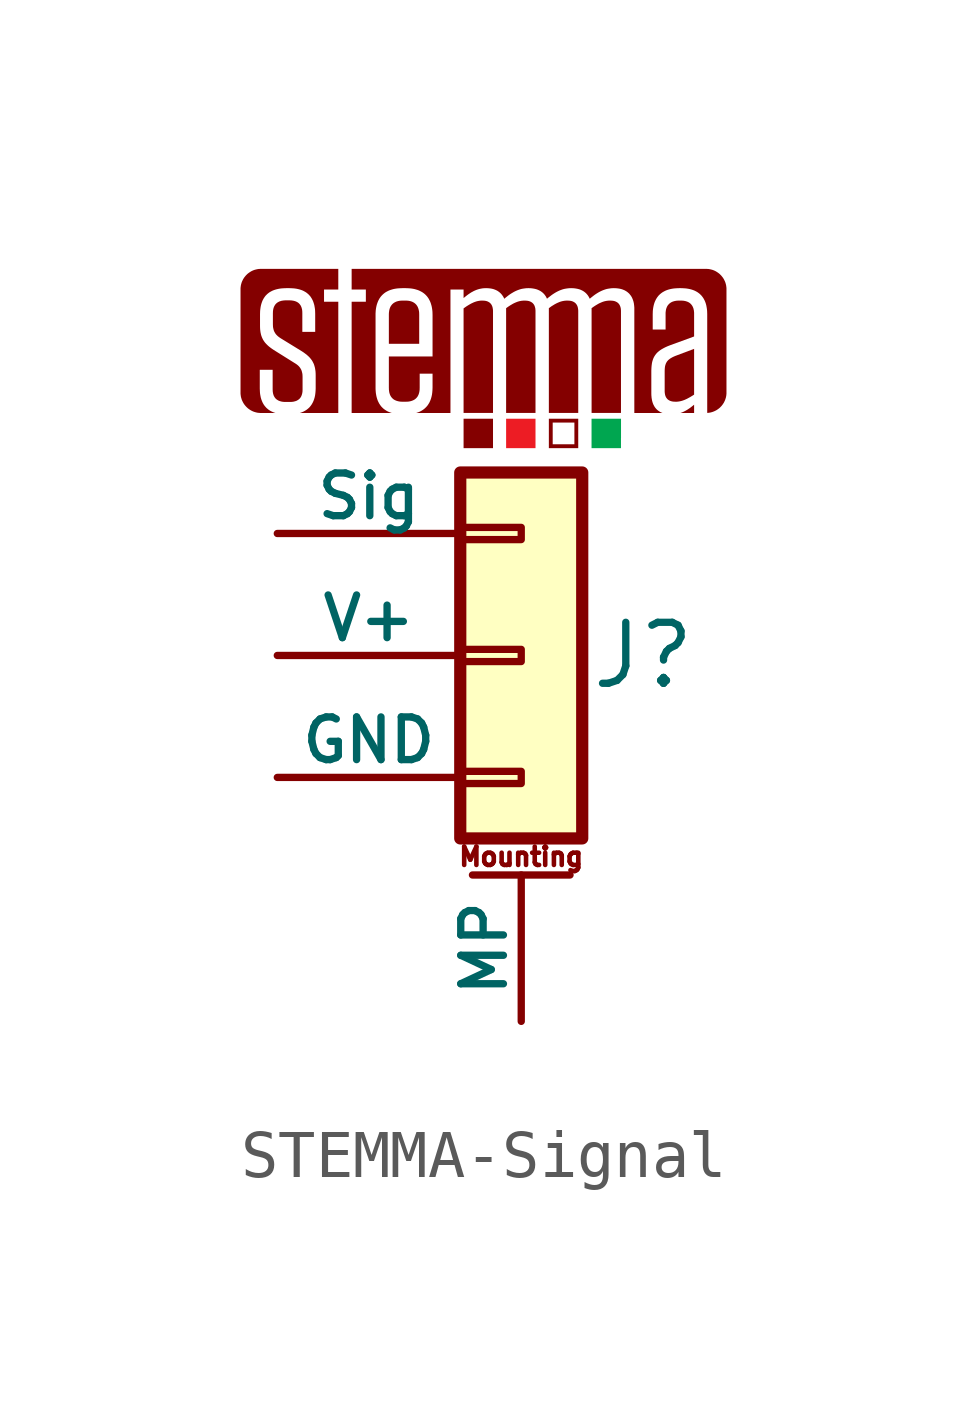
<source format=kicad_sym>
(kicad_symbol_lib
  (version 20231120)
  (generator "kicad_symbol_editor")
  (generator_version "8.0")
  (symbol "STEMMA-Signal"
    (pin_numbers hide)
    (pin_names
      (offset 0))
    (property "Reference" "J"
      (at 2.54 0 0)
      (effects (font (size 1.27 1.27))))
    (symbol "STEMMA-Signal_1_0"
      (polyline (pts (xy -0.588 4.317) (xy -1.201 4.317) (xy -1.201 4.93) (xy -0.588 4.93) (xy -0.588 4.317)) (stroke (width -0.0001) (type solid)) (fill (type outline)))
      (polyline (pts (xy 0.297 4.317) (xy -0.315 4.317) (xy -0.315 4.93) (xy 0.297 4.93) (xy 0.297 4.317)) (stroke (width -0.0001) (type solid)) (fill (type color) (color 237 28 36 1)))
      (polyline (pts (xy 2.078 4.527) (xy 2.077 4.527) (xy 2.077 4.317) (xy 1.464 4.317) (xy 1.464 4.93) (xy 2.078 4.93) (xy 2.078 4.527)) (stroke (width -0.0001) (type solid)) (fill (type color) (color 0 166 80 1)))
      (polyline (pts (xy 1.187 4.317) (xy 0.575 4.317) (xy 0.575 4.398) (xy 0.655 4.398) (xy 1.107 4.398) (xy 1.107 4.85) (xy 0.655 4.85) (xy 0.655 4.398) (xy 0.575 4.398) (xy 0.575 4.93) (xy 1.187 4.93) (xy 1.187 4.317)) (stroke (width -0.0001) (type solid)) (fill (type outline)))
      (polyline (pts (xy 3.6 5.049) (xy 3.314 5.049) (xy 3.334 5.056) (xy 3.354 5.064) (xy 3.373 5.072) (xy 3.392 5.081) (xy 3.41 5.09) (xy 3.428 5.1) (xy 3.446 5.11) (xy 3.464 5.121) (xy 3.481 5.133) (xy 3.499 5.144) (xy 3.516 5.156) (xy 3.533 5.169) (xy 3.566 5.195) (xy 3.6 5.222) (xy 3.6 5.049)) (stroke (width -0.0001) (type solid)) (fill (type outline)))
      (polyline (pts (xy -0.782 7.389) (xy -0.77 7.388) (xy -0.758 7.387) (xy -0.746 7.385) (xy -0.735 7.383) (xy -0.724 7.38) (xy -0.713 7.377) (xy -0.703 7.373) (xy -0.694 7.369) (xy -0.684 7.364) (xy -0.676 7.359) (xy -0.667 7.354) (xy -0.659 7.348) (xy -0.652 7.342) (xy -0.644 7.335) (xy -0.638 7.328) (xy -0.631 7.32) (xy -0.625 7.312) (xy -0.62 7.304) (xy -0.615 7.295) (xy -0.61 7.285) (xy -0.606 7.275) (xy -0.602 7.265) (xy -0.599 7.254) (xy -0.596 7.243) (xy -0.594 7.231) (xy -0.592 7.219) (xy -0.59 7.206) (xy -0.589 7.193) (xy -0.588 7.179) (xy -0.588 7.165) (xy -0.588 5.051) (xy -1.201 5.051) (xy -1.201 7.228) (xy -1.172 7.248) (xy -1.144 7.268) (xy -1.117 7.285) (xy -1.091 7.301) (xy -1.065 7.316) (xy -1.04 7.33) (xy -1.016 7.341) (xy -0.993 7.352) (xy -0.97 7.361) (xy -0.947 7.369) (xy -0.924 7.376) (xy -0.902 7.381) (xy -0.88 7.385) (xy -0.858 7.388) (xy -0.836 7.39) (xy -0.813 7.39) (xy -0.808 7.39) (xy -0.782 7.389)) (stroke (width -0.0001) (type solid)) (fill (type outline)))
      (polyline (pts (xy 0.099 7.389) (xy 0.112 7.388) (xy 0.125 7.387) (xy 0.137 7.385) (xy 0.148 7.383) (xy 0.16 7.38) (xy 0.17 7.377) (xy 0.18 7.373) (xy 0.19 7.369) (xy 0.2 7.364) (xy 0.209 7.359) (xy 0.217 7.354) (xy 0.226 7.348) (xy 0.233 7.342) (xy 0.241 7.335) (xy 0.247 7.328) (xy 0.254 7.32) (xy 0.26 7.312) (xy 0.265 7.304) (xy 0.271 7.295) (xy 0.275 7.285) (xy 0.279 7.275) (xy 0.283 7.265) (xy 0.286 7.254) (xy 0.289 7.243) (xy 0.292 7.231) (xy 0.294 7.219) (xy 0.295 7.206) (xy 0.296 7.193) (xy 0.297 7.179) (xy 0.297 7.165) (xy 0.297 5.051) (xy -0.315 5.051) (xy -0.315 7.232) (xy -0.285 7.254) (xy -0.257 7.273) (xy -0.229 7.291) (xy -0.202 7.307) (xy -0.177 7.322) (xy -0.152 7.335) (xy -0.128 7.346) (xy -0.104 7.356) (xy -0.081 7.365) (xy -0.059 7.372) (xy -0.037 7.378) (xy -0.016 7.382) (xy 0.005 7.386) (xy 0.026 7.388) (xy 0.047 7.39) (xy 0.068 7.39) (xy 0.072 7.39) (xy 0.099 7.389)) (stroke (width -0.0001) (type solid)) (fill (type outline)))
      (polyline (pts (xy 0.989 7.389) (xy 1.002 7.388) (xy 1.014 7.387) (xy 1.026 7.385) (xy 1.038 7.383) (xy 1.049 7.38) (xy 1.06 7.377) (xy 1.07 7.373) (xy 1.08 7.369) (xy 1.089 7.364) (xy 1.098 7.359) (xy 1.107 7.354) (xy 1.115 7.348) (xy 1.123 7.342) (xy 1.13 7.335) (xy 1.137 7.328) (xy 1.143 7.32) (xy 1.149 7.312) (xy 1.155 7.304) (xy 1.16 7.295) (xy 1.165 7.285) (xy 1.169 7.275) (xy 1.173 7.265) (xy 1.176 7.254) (xy 1.179 7.243) (xy 1.181 7.231) (xy 1.183 7.219) (xy 1.185 7.206) (xy 1.186 7.193) (xy 1.187 7.179) (xy 1.187 7.165) (xy 1.187 5.051) (xy 0.575 5.051) (xy 0.575 7.218) (xy 0.575 7.22) (xy 0.575 7.222) (xy 0.575 7.225) (xy 0.575 7.229) (xy 0.575 7.232) (xy 0.605 7.254) (xy 0.633 7.274) (xy 0.661 7.291) (xy 0.688 7.308) (xy 0.713 7.322) (xy 0.738 7.335) (xy 0.762 7.346) (xy 0.786 7.356) (xy 0.808 7.365) (xy 0.831 7.372) (xy 0.853 7.378) (xy 0.874 7.382) (xy 0.895 7.386) (xy 0.916 7.388) (xy 0.937 7.39) (xy 0.957 7.39) (xy 0.962 7.39) (xy 0.989 7.389)) (stroke (width -0.0001) (type solid)) (fill (type outline)))
      (polyline (pts (xy 1.879 7.389) (xy 1.892 7.388) (xy 1.905 7.387) (xy 1.917 7.385) (xy 1.928 7.383) (xy 1.94 7.38) (xy 1.95 7.377) (xy 1.96 7.373) (xy 1.97 7.369) (xy 1.98 7.364) (xy 1.989 7.359) (xy 1.997 7.354) (xy 2.006 7.348) (xy 2.013 7.342) (xy 2.021 7.335) (xy 2.027 7.328) (xy 2.034 7.32) (xy 2.04 7.312) (xy 2.045 7.304) (xy 2.05 7.295) (xy 2.055 7.285) (xy 2.059 7.275) (xy 2.063 7.265) (xy 2.067 7.254) (xy 2.069 7.243) (xy 2.072 7.231) (xy 2.074 7.219) (xy 2.075 7.206) (xy 2.076 7.193) (xy 2.077 7.179) (xy 2.077 7.165) (xy 2.077 5.051) (xy 1.465 5.051) (xy 1.465 7.218) (xy 1.465 7.22) (xy 1.465 7.222) (xy 1.464 7.227) (xy 1.464 7.231) (xy 1.464 7.236) (xy 1.465 7.232) (xy 1.495 7.254) (xy 1.523 7.273) (xy 1.551 7.291) (xy 1.578 7.307) (xy 1.603 7.322) (xy 1.628 7.335) (xy 1.653 7.346) (xy 1.676 7.356) (xy 1.699 7.365) (xy 1.721 7.372) (xy 1.743 7.378) (xy 1.764 7.382) (xy 1.785 7.386) (xy 1.806 7.388) (xy 1.827 7.39) (xy 1.848 7.39) (xy 1.852 7.39) (xy 1.879 7.389)) (stroke (width -0.0001) (type solid)) (fill (type outline)))
      (polyline (pts (xy -2.394 7.39) (xy -2.377 7.389) (xy -2.361 7.388) (xy -2.345 7.386) (xy -2.329 7.383) (xy -2.314 7.38) (xy -2.3 7.376) (xy -2.287 7.372) (xy -2.273 7.367) (xy -2.261 7.361) (xy -2.249 7.355) (xy -2.237 7.348) (xy -2.226 7.341) (xy -2.216 7.333) (xy -2.206 7.325) (xy -2.197 7.316) (xy -2.188 7.307) (xy -2.18 7.296) (xy -2.172 7.286) (xy -2.165 7.275) (xy -2.159 7.263) (xy -2.153 7.251) (xy -2.148 7.238) (xy -2.143 7.225) (xy -2.139 7.211) (xy -2.135 7.196) (xy -2.132 7.181) (xy -2.129 7.166) (xy -2.127 7.15) (xy -2.126 7.133) (xy -2.125 7.098) (xy -2.125 6.49) (xy -2.757 6.49) (xy -2.757 7.098) (xy -2.756 7.133) (xy -2.754 7.15) (xy -2.752 7.166) (xy -2.75 7.181) (xy -2.747 7.196) (xy -2.743 7.211) (xy -2.739 7.225) (xy -2.734 7.238) (xy -2.729 7.251) (xy -2.723 7.263) (xy -2.716 7.275) (xy -2.709 7.286) (xy -2.701 7.296) (xy -2.693 7.307) (xy -2.684 7.316) (xy -2.675 7.325) (xy -2.665 7.333) (xy -2.655 7.341) (xy -2.643 7.348) (xy -2.632 7.355) (xy -2.619 7.361) (xy -2.607 7.367) (xy -2.593 7.372) (xy -2.579 7.376) (xy -2.565 7.38) (xy -2.549 7.383) (xy -2.534 7.386) (xy -2.517 7.388) (xy -2.5 7.389) (xy -2.483 7.39) (xy -2.465 7.39) (xy -2.412 7.39) (xy -2.394 7.39)) (stroke (width -0.0001) (type solid)) (fill (type outline)))
      (polyline (pts (xy 3.6 5.432) (xy 3.572 5.414) (xy 3.544 5.397) (xy 3.518 5.381) (xy 3.492 5.367) (xy 3.467 5.353) (xy 3.443 5.341) (xy 3.419 5.33) (xy 3.396 5.32) (xy 3.373 5.312) (xy 3.35 5.304) (xy 3.328 5.298) (xy 3.306 5.293) (xy 3.284 5.289) (xy 3.261 5.286) (xy 3.239 5.284) (xy 3.217 5.284) (xy 3.212 5.284) (xy 3.185 5.285) (xy 3.172 5.286) (xy 3.16 5.287) (xy 3.148 5.289) (xy 3.136 5.292) (xy 3.125 5.294) (xy 3.114 5.298) (xy 3.104 5.301) (xy 3.094 5.305) (xy 3.085 5.31) (xy 3.076 5.315) (xy 3.067 5.32) (xy 3.059 5.326) (xy 3.051 5.332) (xy 3.044 5.339) (xy 3.037 5.346) (xy 3.031 5.354) (xy 3.025 5.362) (xy 3.019 5.37) (xy 3.014 5.379) (xy 3.009 5.389) (xy 3.005 5.399) (xy 3.001 5.409) (xy 2.998 5.42) (xy 2.995 5.431) (xy 2.993 5.443) (xy 2.991 5.455) (xy 2.989 5.468) (xy 2.988 5.481) (xy 2.987 5.495) (xy 2.987 5.509) (xy 2.987 5.925) (xy 2.988 5.956) (xy 2.99 5.984) (xy 2.993 6.011) (xy 2.995 6.023) (xy 2.998 6.035) (xy 3.001 6.047) (xy 3.005 6.058) (xy 3.008 6.069) (xy 3.013 6.08) (xy 3.017 6.09) (xy 3.023 6.1) (xy 3.028 6.109) (xy 3.034 6.119) (xy 3.041 6.128) (xy 3.048 6.136) (xy 3.056 6.145) (xy 3.064 6.153) (xy 3.073 6.161) (xy 3.082 6.168) (xy 3.092 6.176) (xy 3.102 6.183) (xy 3.113 6.19) (xy 3.125 6.197) (xy 3.15 6.211) (xy 3.177 6.224) (xy 3.207 6.237) (xy 3.6 6.385) (xy 3.6 5.432)) (stroke (width -0.0001) (type solid)) (fill (type outline)))
      (polyline (pts (xy -3.81 7.62) (xy -4.107 7.62) (xy -4.107 7.366) (xy -3.81 7.366) (xy -3.81 5.049) (xy -4.611 5.049) (xy -4.572 5.063) (xy -4.534 5.079) (xy -4.499 5.098) (xy -4.467 5.119) (xy -4.438 5.142) (xy -4.41 5.168) (xy -4.386 5.197) (xy -4.364 5.228) (xy -4.345 5.261) (xy -4.328 5.297) (xy -4.314 5.335) (xy -4.302 5.376) (xy -4.293 5.419) (xy -4.287 5.464) (xy -4.283 5.512) (xy -4.281 5.561) (xy -4.281 5.834) (xy -4.282 5.879) (xy -4.285 5.921) (xy -4.288 5.941) (xy -4.291 5.96) (xy -4.294 5.979) (xy -4.298 5.998) (xy -4.303 6.016) (xy -4.308 6.033) (xy -4.313 6.05) (xy -4.319 6.067) (xy -4.326 6.083) (xy -4.334 6.098) (xy -4.342 6.114) (xy -4.35 6.129) (xy -4.359 6.144) (xy -4.369 6.158) (xy -4.38 6.172) (xy -4.391 6.186) (xy -4.402 6.199) (xy -4.414 6.212) (xy -4.427 6.225) (xy -4.441 6.238) (xy -4.47 6.264) (xy -4.502 6.288) (xy -4.536 6.313) (xy -4.573 6.337) (xy -5.009 6.605) (xy -5.03 6.619) (xy -5.049 6.633) (xy -5.067 6.647) (xy -5.083 6.662) (xy -5.098 6.677) (xy -5.111 6.692) (xy -5.123 6.709) (xy -5.133 6.726) (xy -5.143 6.744) (xy -5.151 6.763) (xy -5.157 6.782) (xy -5.162 6.803) (xy -5.167 6.825) (xy -5.17 6.848) (xy -5.171 6.872) (xy -5.172 6.897) (xy -5.172 7.132) (xy -5.171 7.148) (xy -5.171 7.163) (xy -5.169 7.178) (xy -5.168 7.192) (xy -5.165 7.207) (xy -5.162 7.22) (xy -5.159 7.233) (xy -5.155 7.245) (xy -5.15 7.258) (xy -5.145 7.269) (xy -5.139 7.28) (xy -5.133 7.291) (xy -5.127 7.301) (xy -5.12 7.31) (xy -5.112 7.319) (xy -5.104 7.328) (xy -5.095 7.336) (xy -5.085 7.344) (xy -5.076 7.351) (xy -5.065 7.357) (xy -5.054 7.363) (xy -5.043 7.369) (xy -5.031 7.374) (xy -5.018 7.378) (xy -5.005 7.382) (xy -4.992 7.386) (xy -4.978 7.388) (xy -4.963 7.391) (xy -4.948 7.393) (xy -4.932 7.394) (xy -4.916 7.395) (xy -4.899 7.395) (xy -4.832 7.395) (xy -4.815 7.395) (xy -4.798 7.394) (xy -4.782 7.393) (xy -4.767 7.391) (xy -4.752 7.388) (xy -4.737 7.386) (xy -4.724 7.382) (xy -4.71 7.378) (xy -4.698 7.374) (xy -4.686 7.369) (xy -4.674 7.363) (xy -4.663 7.357) (xy -4.653 7.351) (xy -4.643 7.344) (xy -4.634 7.336) (xy -4.625 7.328) (xy -4.617 7.319) (xy -4.61 7.31) (xy -4.603 7.301) (xy -4.596 7.291) (xy -4.59 7.28) (xy -4.585 7.269) (xy -4.58 7.258) (xy -4.575 7.245) (xy -4.572 7.233) (xy -4.568 7.22) (xy -4.565 7.207) (xy -4.563 7.192) (xy -4.561 7.178) (xy -4.56 7.163) (xy -4.559 7.132) (xy -4.559 6.739) (xy -4.291 6.739) (xy -4.291 7.113) (xy -4.293 7.176) (xy -4.295 7.207) (xy -4.299 7.236) (xy -4.304 7.264) (xy -4.309 7.292) (xy -4.316 7.318) (xy -4.324 7.344) (xy -4.332 7.368) (xy -4.342 7.392) (xy -4.353 7.414) (xy -4.365 7.436) (xy -4.378 7.456) (xy -4.391 7.476) (xy -4.407 7.494) (xy -4.423 7.512) (xy -4.44 7.528) (xy -4.458 7.543) (xy -4.477 7.558) (xy -4.498 7.571) (xy -4.519 7.583) (xy -4.542 7.595) (xy -4.565 7.605) (xy -4.59 7.614) (xy -4.616 7.622) (xy -4.643 7.629) (xy -4.67 7.635) (xy -4.7 7.64) (xy -4.73 7.644) (xy -4.761 7.646) (xy -4.793 7.648) (xy -4.827 7.649) (xy -4.894 7.649) (xy -4.928 7.648) (xy -4.961 7.646) (xy -4.993 7.644) (xy -5.023 7.64) (xy -5.053 7.635) (xy -5.081 7.629) (xy -5.109 7.622) (xy -5.135 7.614) (xy -5.16 7.605) (xy -5.184 7.595) (xy -5.207 7.583) (xy -5.229 7.571) (xy -5.25 7.558) (xy -5.269 7.543) (xy -5.288 7.528) (xy -5.305 7.511) (xy -5.322 7.494) (xy -5.337 7.475) (xy -5.351 7.455) (xy -5.364 7.435) (xy -5.376 7.413) (xy -5.388 7.39) (xy -5.397 7.367) (xy -5.406 7.342) (xy -5.414 7.316) (xy -5.421 7.289) (xy -5.427 7.261) (xy -5.431 7.233) (xy -5.435 7.203) (xy -5.438 7.172) (xy -5.44 7.108) (xy -5.44 6.864) (xy -5.439 6.818) (xy -5.436 6.776) (xy -5.433 6.756) (xy -5.431 6.736) (xy -5.427 6.717) (xy -5.423 6.698) (xy -5.419 6.68) (xy -5.414 6.663) (xy -5.408 6.646) (xy -5.402 6.629) (xy -5.395 6.613) (xy -5.388 6.598) (xy -5.38 6.582) (xy -5.372 6.567) (xy -5.362 6.553) (xy -5.353 6.539) (xy -5.343 6.525) (xy -5.332 6.511) (xy -5.32 6.498) (xy -5.308 6.485) (xy -5.282 6.459) (xy -5.254 6.434) (xy -5.223 6.41) (xy -5.189 6.385) (xy -5.153 6.361) (xy -4.717 6.088) (xy -4.696 6.075) (xy -4.677 6.062) (xy -4.659 6.048) (xy -4.643 6.034) (xy -4.628 6.019) (xy -4.615 6.003) (xy -4.603 5.987) (xy -4.593 5.97) (xy -4.583 5.952) (xy -4.575 5.933) (xy -4.569 5.913) (xy -4.564 5.893) (xy -4.559 5.871) (xy -4.556 5.849) (xy -4.555 5.825) (xy -4.554 5.801) (xy -4.554 5.538) (xy -4.555 5.506) (xy -4.556 5.491) (xy -4.558 5.477) (xy -4.561 5.463) (xy -4.563 5.45) (xy -4.567 5.437) (xy -4.571 5.425) (xy -4.575 5.413) (xy -4.58 5.401) (xy -4.585 5.391) (xy -4.591 5.38) (xy -4.598 5.37) (xy -4.604 5.361) (xy -4.612 5.352) (xy -4.62 5.344) (xy -4.629 5.336) (xy -4.638 5.329) (xy -4.647 5.322) (xy -4.658 5.316) (xy -4.668 5.31) (xy -4.679 5.304) (xy -4.691 5.3) (xy -4.704 5.295) (xy -4.717 5.292) (xy -4.73 5.288) (xy -4.744 5.285) (xy -4.759 5.283) (xy -4.774 5.281) (xy -4.789 5.28) (xy -4.822 5.279) (xy -4.904 5.279) (xy -4.92 5.279) (xy -4.937 5.28) (xy -4.952 5.281) (xy -4.968 5.283) (xy -4.982 5.285) (xy -4.996 5.288) (xy -5.01 5.292) (xy -5.023 5.295) (xy -5.036 5.3) (xy -5.048 5.304) (xy -5.059 5.31) (xy -5.07 5.316) (xy -5.08 5.322) (xy -5.09 5.329) (xy -5.1 5.336) (xy -5.108 5.344) (xy -5.117 5.352) (xy -5.124 5.361) (xy -5.131 5.37) (xy -5.138 5.38) (xy -5.144 5.391) (xy -5.15 5.401) (xy -5.155 5.413) (xy -5.16 5.425) (xy -5.163 5.437) (xy -5.167 5.45) (xy -5.17 5.463) (xy -5.172 5.477) (xy -5.174 5.491) (xy -5.176 5.506) (xy -5.176 5.522) (xy -5.177 5.538) (xy -5.177 5.949) (xy -5.445 5.949) (xy -5.445 5.557) (xy -5.443 5.508) (xy -5.442 5.484) (xy -5.44 5.461) (xy -5.437 5.438) (xy -5.433 5.416) (xy -5.429 5.395) (xy -5.425 5.374) (xy -5.419 5.353) (xy -5.413 5.333) (xy -5.406 5.314) (xy -5.399 5.296) (xy -5.391 5.278) (xy -5.383 5.26) (xy -5.373 5.243) (xy -5.364 5.227) (xy -5.353 5.211) (xy -5.342 5.196) (xy -5.33 5.182) (xy -5.318 5.168) (xy -5.305 5.154) (xy -5.291 5.142) (xy -5.277 5.13) (xy -5.262 5.118) (xy -5.246 5.107) (xy -5.23 5.097) (xy -5.213 5.088) (xy -5.196 5.079) (xy -5.177 5.071) (xy -5.159 5.063) (xy -5.139 5.056) (xy -5.119 5.049) (xy -5.422 5.049) (xy -5.444 5.05) (xy -5.465 5.052) (xy -5.486 5.054) (xy -5.507 5.058) (xy -5.528 5.063) (xy -5.548 5.069) (xy -5.568 5.075) (xy -5.587 5.083) (xy -5.606 5.091) (xy -5.624 5.101) (xy -5.642 5.111) (xy -5.659 5.122) (xy -5.676 5.134) (xy -5.692 5.146) (xy -5.707 5.16) (xy -5.722 5.174) (xy -5.736 5.189) (xy -5.749 5.204) (xy -5.762 5.22) (xy -5.774 5.237) (xy -5.785 5.254) (xy -5.795 5.272) (xy -5.804 5.29) (xy -5.813 5.309) (xy -5.821 5.328) (xy -5.827 5.348) (xy -5.833 5.368) (xy -5.838 5.388) (xy -5.841 5.409) (xy -5.844 5.431) (xy -5.846 5.452) (xy -5.846 5.474) (xy -5.846 7.626) (xy -5.846 7.648) (xy -5.844 7.67) (xy -5.841 7.691) (xy -5.838 7.712) (xy -5.833 7.732) (xy -5.827 7.753) (xy -5.821 7.772) (xy -5.813 7.792) (xy -5.804 7.81) (xy -5.795 7.829) (xy -5.785 7.846) (xy -5.774 7.864) (xy -5.762 7.88) (xy -5.749 7.896) (xy -5.736 7.912) (xy -5.722 7.926) (xy -5.707 7.941) (xy -5.692 7.954) (xy -5.676 7.966) (xy -5.659 7.978) (xy -5.642 7.989) (xy -5.624 8) (xy -5.606 8.009) (xy -5.587 8.018) (xy -5.568 8.025) (xy -5.548 8.032) (xy -5.528 8.037) (xy -5.507 8.042) (xy -5.486 8.046) (xy -5.465 8.049) (xy -5.444 8.05) (xy -5.422 8.051) (xy -3.81 8.051) (xy -3.81 7.62)) (stroke (width -0.0001) (type solid)) (fill (type outline)))
      (polyline (pts (xy 3.872 8.05) (xy 3.893 8.049) (xy 3.914 8.046) (xy 3.935 8.042) (xy 3.956 8.037) (xy 3.976 8.032) (xy 3.996 8.025) (xy 4.015 8.018) (xy 4.034 8.009) (xy 4.052 8) (xy 4.07 7.989) (xy 4.087 7.978) (xy 4.104 7.966) (xy 4.12 7.954) (xy 4.135 7.941) (xy 4.15 7.926) (xy 4.164 7.912) (xy 4.177 7.896) (xy 4.19 7.88) (xy 4.202 7.864) (xy 4.213 7.846) (xy 4.223 7.829) (xy 4.232 7.81) (xy 4.241 7.792) (xy 4.249 7.772) (xy 4.255 7.753) (xy 4.261 7.732) (xy 4.266 7.712) (xy 4.269 7.691) (xy 4.272 7.67) (xy 4.274 7.648) (xy 4.274 7.626) (xy 4.274 5.474) (xy 4.274 5.453) (xy 4.272 5.432) (xy 4.27 5.412) (xy 4.266 5.391) (xy 4.262 5.371) (xy 4.256 5.352) (xy 4.25 5.333) (xy 4.243 5.314) (xy 4.235 5.296) (xy 4.226 5.278) (xy 4.217 5.26) (xy 4.206 5.244) (xy 4.195 5.227) (xy 4.183 5.212) (xy 4.171 5.196) (xy 4.157 5.182) (xy 4.144 5.168) (xy 4.129 5.154) (xy 4.114 5.142) (xy 4.098 5.13) (xy 4.082 5.119) (xy 4.065 5.108) (xy 4.048 5.099) (xy 4.03 5.09) (xy 4.012 5.082) (xy 3.993 5.075) (xy 3.974 5.068) (xy 3.954 5.063) (xy 3.934 5.058) (xy 3.914 5.055) (xy 3.894 5.052) (xy 3.873 5.051) (xy 3.873 7.108) (xy 3.872 7.141) (xy 3.871 7.172) (xy 3.868 7.203) (xy 3.864 7.233) (xy 3.859 7.261) (xy 3.854 7.289) (xy 3.847 7.316) (xy 3.839 7.342) (xy 3.83 7.366) (xy 3.82 7.39) (xy 3.808 7.413) (xy 3.796 7.435) (xy 3.783 7.455) (xy 3.768 7.475) (xy 3.753 7.494) (xy 3.736 7.511) (xy 3.719 7.528) (xy 3.7 7.543) (xy 3.68 7.558) (xy 3.66 7.571) (xy 3.638 7.583) (xy 3.615 7.595) (xy 3.591 7.605) (xy 3.566 7.614) (xy 3.54 7.622) (xy 3.513 7.629) (xy 3.484 7.635) (xy 3.455 7.64) (xy 3.425 7.644) (xy 3.393 7.646) (xy 3.361 7.648) (xy 3.327 7.649) (xy 3.289 7.649) (xy 3.255 7.648) (xy 3.223 7.646) (xy 3.191 7.644) (xy 3.161 7.64) (xy 3.131 7.635) (xy 3.103 7.629) (xy 3.075 7.622) (xy 3.049 7.614) (xy 3.024 7.605) (xy 3 7.595) (xy 2.977 7.583) (xy 2.955 7.571) (xy 2.934 7.558) (xy 2.914 7.543) (xy 2.895 7.528) (xy 2.877 7.511) (xy 2.86 7.494) (xy 2.845 7.475) (xy 2.83 7.455) (xy 2.817 7.435) (xy 2.804 7.413) (xy 2.793 7.39) (xy 2.782 7.366) (xy 2.773 7.342) (xy 2.765 7.316) (xy 2.758 7.289) (xy 2.752 7.261) (xy 2.747 7.233) (xy 2.743 7.203) (xy 2.74 7.172) (xy 2.739 7.141) (xy 2.738 7.108) (xy 2.738 6.787) (xy 3.006 6.787) (xy 3.006 7.117) (xy 3.006 7.134) (xy 3.007 7.15) (xy 3.009 7.165) (xy 3.011 7.18) (xy 3.013 7.194) (xy 3.016 7.208) (xy 3.02 7.222) (xy 3.024 7.235) (xy 3.029 7.247) (xy 3.034 7.259) (xy 3.04 7.271) (xy 3.046 7.282) (xy 3.053 7.292) (xy 3.061 7.302) (xy 3.069 7.311) (xy 3.078 7.32) (xy 3.087 7.329) (xy 3.096 7.336) (xy 3.107 7.344) (xy 3.117 7.351) (xy 3.129 7.357) (xy 3.14 7.363) (xy 3.153 7.368) (xy 3.166 7.372) (xy 3.179 7.377) (xy 3.193 7.38) (xy 3.208 7.383) (xy 3.223 7.386) (xy 3.239 7.388) (xy 3.255 7.389) (xy 3.272 7.39) (xy 3.289 7.39) (xy 3.322 7.39) (xy 3.339 7.39) (xy 3.356 7.389) (xy 3.372 7.388) (xy 3.388 7.386) (xy 3.403 7.383) (xy 3.417 7.38) (xy 3.431 7.377) (xy 3.444 7.372) (xy 3.457 7.368) (xy 3.469 7.363) (xy 3.481 7.357) (xy 3.492 7.351) (xy 3.503 7.344) (xy 3.513 7.336) (xy 3.522 7.329) (xy 3.531 7.32) (xy 3.539 7.311) (xy 3.547 7.302) (xy 3.554 7.292) (xy 3.561 7.282) (xy 3.567 7.271) (xy 3.573 7.259) (xy 3.578 7.247) (xy 3.583 7.235) (xy 3.587 7.222) (xy 3.59 7.208) (xy 3.593 7.194) (xy 3.596 7.18) (xy 3.597 7.165) (xy 3.599 7.15) (xy 3.6 7.134) (xy 3.6 7.117) (xy 3.6 6.643) (xy 3.092 6.457) (xy 3.042 6.437) (xy 2.996 6.416) (xy 2.954 6.394) (xy 2.916 6.372) (xy 2.881 6.348) (xy 2.865 6.335) (xy 2.849 6.322) (xy 2.835 6.309) (xy 2.821 6.295) (xy 2.809 6.28) (xy 2.797 6.265) (xy 2.786 6.25) (xy 2.776 6.234) (xy 2.766 6.217) (xy 2.757 6.199) (xy 2.749 6.181) (xy 2.742 6.162) (xy 2.736 6.143) (xy 2.73 6.123) (xy 2.725 6.102) (xy 2.721 6.08) (xy 2.715 6.034) (xy 2.711 5.984) (xy 2.709 5.93) (xy 2.709 5.456) (xy 2.71 5.417) (xy 2.712 5.399) (xy 2.713 5.38) (xy 2.715 5.362) (xy 2.718 5.345) (xy 2.721 5.328) (xy 2.724 5.311) (xy 2.728 5.295) (xy 2.732 5.28) (xy 2.737 5.264) (xy 2.742 5.25) (xy 2.748 5.235) (xy 2.754 5.221) (xy 2.761 5.208) (xy 2.768 5.195) (xy 2.775 5.182) (xy 2.783 5.17) (xy 2.792 5.158) (xy 2.801 5.147) (xy 2.81 5.136) (xy 2.82 5.126) (xy 2.83 5.116) (xy 2.841 5.107) (xy 2.852 5.098) (xy 2.864 5.09) (xy 2.876 5.082) (xy 2.888 5.074) (xy 2.901 5.067) (xy 2.914 5.061) (xy 2.928 5.055) (xy 2.943 5.049) (xy 2.355 5.049) (xy 2.355 7.218) (xy 2.355 7.243) (xy 2.353 7.267) (xy 2.351 7.29) (xy 2.348 7.313) (xy 2.345 7.336) (xy 2.34 7.357) (xy 2.335 7.378) (xy 2.328 7.398) (xy 2.321 7.418) (xy 2.313 7.437) (xy 2.305 7.455) (xy 2.295 7.472) (xy 2.285 7.489) (xy 2.273 7.504) (xy 2.261 7.519) (xy 2.249 7.534) (xy 2.235 7.547) (xy 2.22 7.56) (xy 2.205 7.572) (xy 2.189 7.583) (xy 2.172 7.593) (xy 2.155 7.603) (xy 2.136 7.611) (xy 2.117 7.619) (xy 2.097 7.626) (xy 2.076 7.632) (xy 2.054 7.637) (xy 2.032 7.641) (xy 2.008 7.644) (xy 1.984 7.647) (xy 1.959 7.648) (xy 1.934 7.649) (xy 1.924 7.649) (xy 1.888 7.648) (xy 1.853 7.644) (xy 1.819 7.639) (xy 1.785 7.633) (xy 1.753 7.624) (xy 1.721 7.613) (xy 1.69 7.601) (xy 1.659 7.587) (xy 1.629 7.572) (xy 1.599 7.555) (xy 1.57 7.537) (xy 1.541 7.518) (xy 1.512 7.497) (xy 1.484 7.475) (xy 1.455 7.452) (xy 1.426 7.428) (xy 1.427 7.427) (xy 1.415 7.452) (xy 1.401 7.477) (xy 1.386 7.5) (xy 1.369 7.521) (xy 1.351 7.541) (xy 1.331 7.559) (xy 1.309 7.576) (xy 1.286 7.591) (xy 1.261 7.604) (xy 1.235 7.616) (xy 1.207 7.626) (xy 1.177 7.634) (xy 1.146 7.64) (xy 1.113 7.645) (xy 1.079 7.648) (xy 1.043 7.649) (xy 1.034 7.649) (xy 0.998 7.648) (xy 0.962 7.644) (xy 0.928 7.639) (xy 0.895 7.633) (xy 0.862 7.624) (xy 0.831 7.613) (xy 0.799 7.601) (xy 0.769 7.587) (xy 0.739 7.572) (xy 0.709 7.555) (xy 0.68 7.537) (xy 0.651 7.518) (xy 0.622 7.497) (xy 0.594 7.475) (xy 0.565 7.453) (xy 0.536 7.429) (xy 0.524 7.454) (xy 0.511 7.478) (xy 0.495 7.501) (xy 0.479 7.522) (xy 0.46 7.542) (xy 0.44 7.56) (xy 0.419 7.576) (xy 0.396 7.591) (xy 0.371 7.604) (xy 0.344 7.616) (xy 0.317 7.626) (xy 0.287 7.634) (xy 0.256 7.64) (xy 0.224 7.645) (xy 0.19 7.648) (xy 0.154 7.649) (xy 0.144 7.649) (xy 0.108 7.648) (xy 0.073 7.644) (xy 0.038 7.639) (xy 0.005 7.633) (xy -0.027 7.624) (xy -0.059 7.613) (xy -0.09 7.601) (xy -0.121 7.587) (xy -0.151 7.572) (xy -0.18 7.555) (xy -0.21 7.537) (xy -0.239 7.518) (xy -0.268 7.497) (xy -0.296 7.475) (xy -0.325 7.452) (xy -0.354 7.428) (xy -0.366 7.455) (xy -0.38 7.479) (xy -0.396 7.502) (xy -0.413 7.524) (xy -0.431 7.543) (xy -0.451 7.561) (xy -0.473 7.578) (xy -0.495 7.593) (xy -0.52 7.606) (xy -0.545 7.617) (xy -0.572 7.627) (xy -0.601 7.635) (xy -0.63 7.641) (xy -0.661 7.645) (xy -0.694 7.648) (xy -0.727 7.649) (xy -0.737 7.649) (xy -0.772 7.648) (xy -0.806 7.645) (xy -0.839 7.639) (xy -0.87 7.633) (xy -0.901 7.624) (xy -0.931 7.614) (xy -0.96 7.602) (xy -0.989 7.589) (xy -1.016 7.574) (xy -1.044 7.559) (xy -1.07 7.542) (xy -1.097 7.524) (xy -1.123 7.505) (xy -1.149 7.485) (xy -1.201 7.443) (xy -1.201 7.62) (xy -1.474 7.62) (xy -1.474 5.049) (xy -2.189 5.049) (xy -2.148 5.063) (xy -2.109 5.079) (xy -2.074 5.098) (xy -2.04 5.12) (xy -2.01 5.144) (xy -1.982 5.171) (xy -1.956 5.2) (xy -1.934 5.232) (xy -1.913 5.267) (xy -1.896 5.304) (xy -1.881 5.344) (xy -1.869 5.386) (xy -1.859 5.431) (xy -1.853 5.478) (xy -1.849 5.528) (xy -1.847 5.581) (xy -1.847 5.868) (xy -2.115 5.868) (xy -2.115 5.571) (xy -2.116 5.553) (xy -2.116 5.536) (xy -2.118 5.52) (xy -2.12 5.504) (xy -2.123 5.488) (xy -2.126 5.473) (xy -2.13 5.459) (xy -2.134 5.446) (xy -2.139 5.432) (xy -2.144 5.42) (xy -2.151 5.408) (xy -2.157 5.396) (xy -2.164 5.385) (xy -2.172 5.375) (xy -2.181 5.365) (xy -2.189 5.356) (xy -2.199 5.347) (xy -2.209 5.339) (xy -2.22 5.331) (xy -2.231 5.324) (xy -2.243 5.318) (xy -2.255 5.312) (xy -2.268 5.307) (xy -2.281 5.302) (xy -2.295 5.298) (xy -2.309 5.294) (xy -2.324 5.291) (xy -2.34 5.288) (xy -2.356 5.286) (xy -2.373 5.285) (xy -2.407 5.284) (xy -2.465 5.284) (xy -2.483 5.284) (xy -2.5 5.285) (xy -2.517 5.286) (xy -2.534 5.288) (xy -2.549 5.291) (xy -2.565 5.294) (xy -2.579 5.298) (xy -2.593 5.302) (xy -2.607 5.307) (xy -2.619 5.312) (xy -2.632 5.318) (xy -2.643 5.324) (xy -2.655 5.331) (xy -2.665 5.339) (xy -2.675 5.347) (xy -2.684 5.356) (xy -2.693 5.365) (xy -2.701 5.375) (xy -2.709 5.385) (xy -2.716 5.396) (xy -2.723 5.408) (xy -2.729 5.42) (xy -2.734 5.432) (xy -2.739 5.446) (xy -2.743 5.459) (xy -2.747 5.473) (xy -2.75 5.488) (xy -2.752 5.504) (xy -2.754 5.52) (xy -2.756 5.536) (xy -2.756 5.553) (xy -2.757 5.571) (xy -2.757 6.227) (xy -1.847 6.227) (xy -1.847 7.089) (xy -1.848 7.123) (xy -1.849 7.156) (xy -1.852 7.188) (xy -1.856 7.218) (xy -1.861 7.248) (xy -1.867 7.277) (xy -1.875 7.305) (xy -1.883 7.332) (xy -1.892 7.357) (xy -1.903 7.382) (xy -1.915 7.405) (xy -1.927 7.428) (xy -1.941 7.449) (xy -1.956 7.47) (xy -1.972 7.489) (xy -1.989 7.507) (xy -2.007 7.524) (xy -2.026 7.54) (xy -2.047 7.555) (xy -2.068 7.569) (xy -2.091 7.581) (xy -2.114 7.593) (xy -2.139 7.604) (xy -2.164 7.613) (xy -2.191 7.621) (xy -2.219 7.629) (xy -2.248 7.635) (xy -2.277 7.64) (xy -2.308 7.644) (xy -2.34 7.646) (xy -2.373 7.648) (xy -2.407 7.649) (xy -2.474 7.649) (xy -2.509 7.648) (xy -2.542 7.646) (xy -2.575 7.644) (xy -2.606 7.64) (xy -2.636 7.635) (xy -2.665 7.629) (xy -2.693 7.621) (xy -2.719 7.613) (xy -2.745 7.604) (xy -2.77 7.593) (xy -2.793 7.581) (xy -2.816 7.569) (xy -2.837 7.555) (xy -2.857 7.54) (xy -2.876 7.524) (xy -2.894 7.507) (xy -2.911 7.489) (xy -2.927 7.47) (xy -2.942 7.449) (xy -2.956 7.428) (xy -2.968 7.405) (xy -2.98 7.382) (xy -2.99 7.357) (xy -2.999 7.332) (xy -3.008 7.305) (xy -3.015 7.277) (xy -3.021 7.248) (xy -3.026 7.218) (xy -3.03 7.188) (xy -3.032 7.156) (xy -3.034 7.123) (xy -3.034 7.089) (xy -3.034 5.581) (xy -3.034 5.554) (xy -3.033 5.528) (xy -3.031 5.503) (xy -3.029 5.478) (xy -3.026 5.454) (xy -3.022 5.431) (xy -3.018 5.408) (xy -3.013 5.386) (xy -3.007 5.364) (xy -3.001 5.344) (xy -2.994 5.323) (xy -2.987 5.304) (xy -2.978 5.285) (xy -2.969 5.267) (xy -2.96 5.249) (xy -2.949 5.232) (xy -2.938 5.216) (xy -2.927 5.2) (xy -2.915 5.185) (xy -2.902 5.171) (xy -2.888 5.157) (xy -2.874 5.144) (xy -2.859 5.131) (xy -2.843 5.12) (xy -2.827 5.109) (xy -2.81 5.098) (xy -2.793 5.088) (xy -2.774 5.079) (xy -2.756 5.071) (xy -2.736 5.063) (xy -2.716 5.056) (xy -2.695 5.049) (xy -3.532 5.049) (xy -3.532 7.366) (xy -3.236 7.366) (xy -3.236 7.62) (xy -3.532 7.62) (xy -3.532 8.051) (xy 3.85 8.051) (xy 3.872 8.05)) (stroke (width -0.0001) (type solid)) (fill (type outline))))
    (symbol "STEMMA-Signal_1_1"
      (rectangle (start -1.27 -2.413) (end 0 -2.667) (stroke (width 0.152) (type default)) (fill (type none)))
      (rectangle (start -1.27 0.127) (end 0 -0.127) (stroke (width 0.152) (type default)) (fill (type none)))
      (rectangle (start -1.27 2.667) (end 0 2.413) (stroke (width 0.152) (type default)) (fill (type none)))
      (rectangle (start -1.27 3.81) (end 1.27 -3.81) (stroke (width 0.254) (type default)) (fill (type background)))
      (polyline (pts (xy -1.016 -4.572) (xy 1.016 -4.572)) (stroke (width 0.152) (type default)) (fill (type none)))
      (text "Mounting" (at 0 -4.191 0) (effects (font (size 0.381 0.381))))
      (pin passive line (at -5.08 2.54 0) (length 3.81) (name "Sig" (effects (font (size 0.889 0.889)))) (number "1" (effects (font (size 1.27 1.27)))))
      (pin passive line (at -5.08 0 0) (length 3.81) (name "V+" (effects (font (size 0.889 0.889)))) (number "2" (effects (font (size 1.27 1.27)))))
      (pin passive line (at -5.08 -2.54 0) (length 3.81) (name "GND" (effects (font (size 0.889 0.889)))) (number "3" (effects (font (size 1.27 1.27)))))
      (pin passive line (at 0 -7.62 90) (length 3.048) (name "MP" (effects (font (size 0.889 0.889)))) (number "MP" (effects (font (size 1.27 1.27))))))))
</source>
